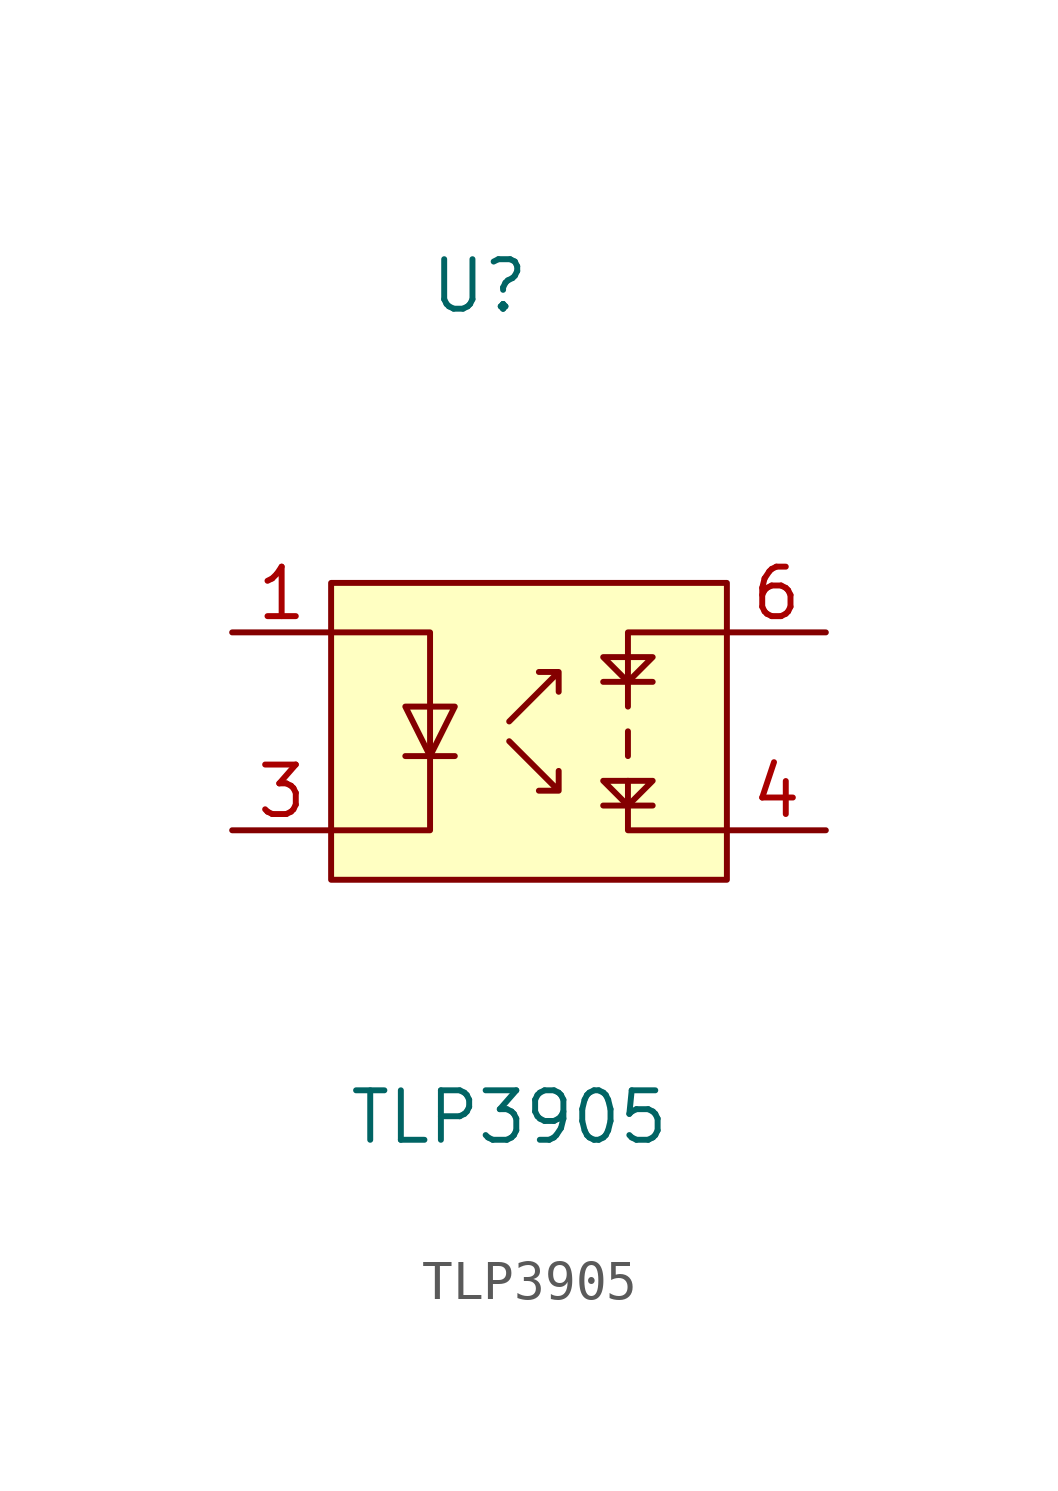
<source format=kicad_sym>
(kicad_symbol_lib
  (version 20211014)
  (generator kicad_symbol_editor)
  (symbol "TLP3905"
    (pin_names hide)
    (property "Reference" "U"
      (at -1.27 11.43 0)
      (effects (font (size 1.27 1.27))))
    (property "Value" "TLP3905"
      (at -0.508 -9.906 0)
      (effects (font (size 1.27 1.27))))
    (symbol "TLP3905_0_0"
      (rectangle (start -5.08 3.81) (end 5.08 -3.81) (stroke (width 0) (type default) (color 0 0 0 0)) (fill (type background)))
      (polyline (pts (xy -3.175 -0.635) (xy -1.905 -0.635)) (stroke (width 0) (type default) (color 0 0 0 0)) (fill (type none)))
      (polyline (pts (xy 1.905 -1.905) (xy 3.175 -1.905)) (stroke (width 0) (type default) (color 0 0 0 0)) (fill (type none)))
      (polyline (pts (xy 1.905 1.27) (xy 3.175 1.27)) (stroke (width 0) (type default) (color 0 0 0 0)) (fill (type none)))
      (polyline (pts (xy 2.54 0) (xy 2.54 -0.635)) (stroke (width 0) (type default) (color 0 0 0 0)) (fill (type none)))
      (polyline (pts (xy 2.54 -1.27) (xy 2.54 -2.54) (xy 5.08 -2.54)) (stroke (width 0) (type default) (color 0 0 0 0)) (fill (type none)))
      (polyline (pts (xy 5.08 2.54) (xy 2.54 2.54) (xy 2.54 0.635)) (stroke (width 0) (type default) (color 0 0 0 0)) (fill (type none)))
      (polyline (pts (xy -5.08 2.54) (xy -2.54 2.54) (xy -2.54 -2.54) (xy -5.08 -2.54)) (stroke (width 0) (type default) (color 0 0 0 0)) (fill (type none)))
      (polyline (pts (xy -3.175 0.635) (xy -1.905 0.635) (xy -2.54 -0.635) (xy -3.175 0.635)) (stroke (width 0) (type default) (color 0 0 0 0)) (fill (type none)))
      (polyline (pts (xy 1.905 -1.27) (xy 3.175 -1.27) (xy 2.54 -1.905) (xy 1.905 -1.27)) (stroke (width 0) (type default) (color 0 0 0 0)) (fill (type none)))
      (polyline (pts (xy 1.905 1.905) (xy 3.175 1.905) (xy 2.54 1.27) (xy 1.905 1.905)) (stroke (width 0) (type default) (color 0 0 0 0)) (fill (type none)))
      (polyline (pts (xy -0.508 -0.254) (xy 0.762 -1.524) (xy 0.254 -1.524) (xy 0.762 -1.524) (xy 0.762 -1.016)) (stroke (width 0) (type default) (color 0 0 0 0)) (fill (type none)))
      (polyline (pts (xy -0.508 0.254) (xy 0.762 1.524) (xy 0.254 1.524) (xy 0.762 1.524) (xy 0.762 1.016)) (stroke (width 0) (type default) (color 0 0 0 0)) (fill (type none))))
    (symbol "TLP3905_1_1"
      (pin passive line (at -7.62 2.54 0) (length 2.54) (name "A" (effects (font (size 1.27 1.27)))) (number "1" (effects (font (size 1.27 1.27)))))
      (pin no_connect line (at 2.54 -5.08 90) (length 2.54) hide (name "NC" (effects (font (size 1.27 1.27)))) (number "2" (effects (font (size 1.27 1.27)))))
      (pin passive line (at -7.62 -2.54 0) (length 2.54) (name "C" (effects (font (size 1.27 1.27)))) (number "3" (effects (font (size 1.27 1.27)))))
      (pin passive line (at 7.62 -2.54 180) (length 2.54) (name "PVC" (effects (font (size 1.27 1.27)))) (number "4" (effects (font (size 1.27 1.27)))))
      (pin no_connect line (at 0 -5.08 90) (length 2.54) hide (name "NC" (effects (font (size 1.27 1.27)))) (number "5" (effects (font (size 1.27 1.27)))))
      (pin passive line (at 7.62 2.54 180) (length 2.54) (name "PVA" (effects (font (size 1.27 1.27)))) (number "6" (effects (font (size 1.27 1.27))))))))
</source>
